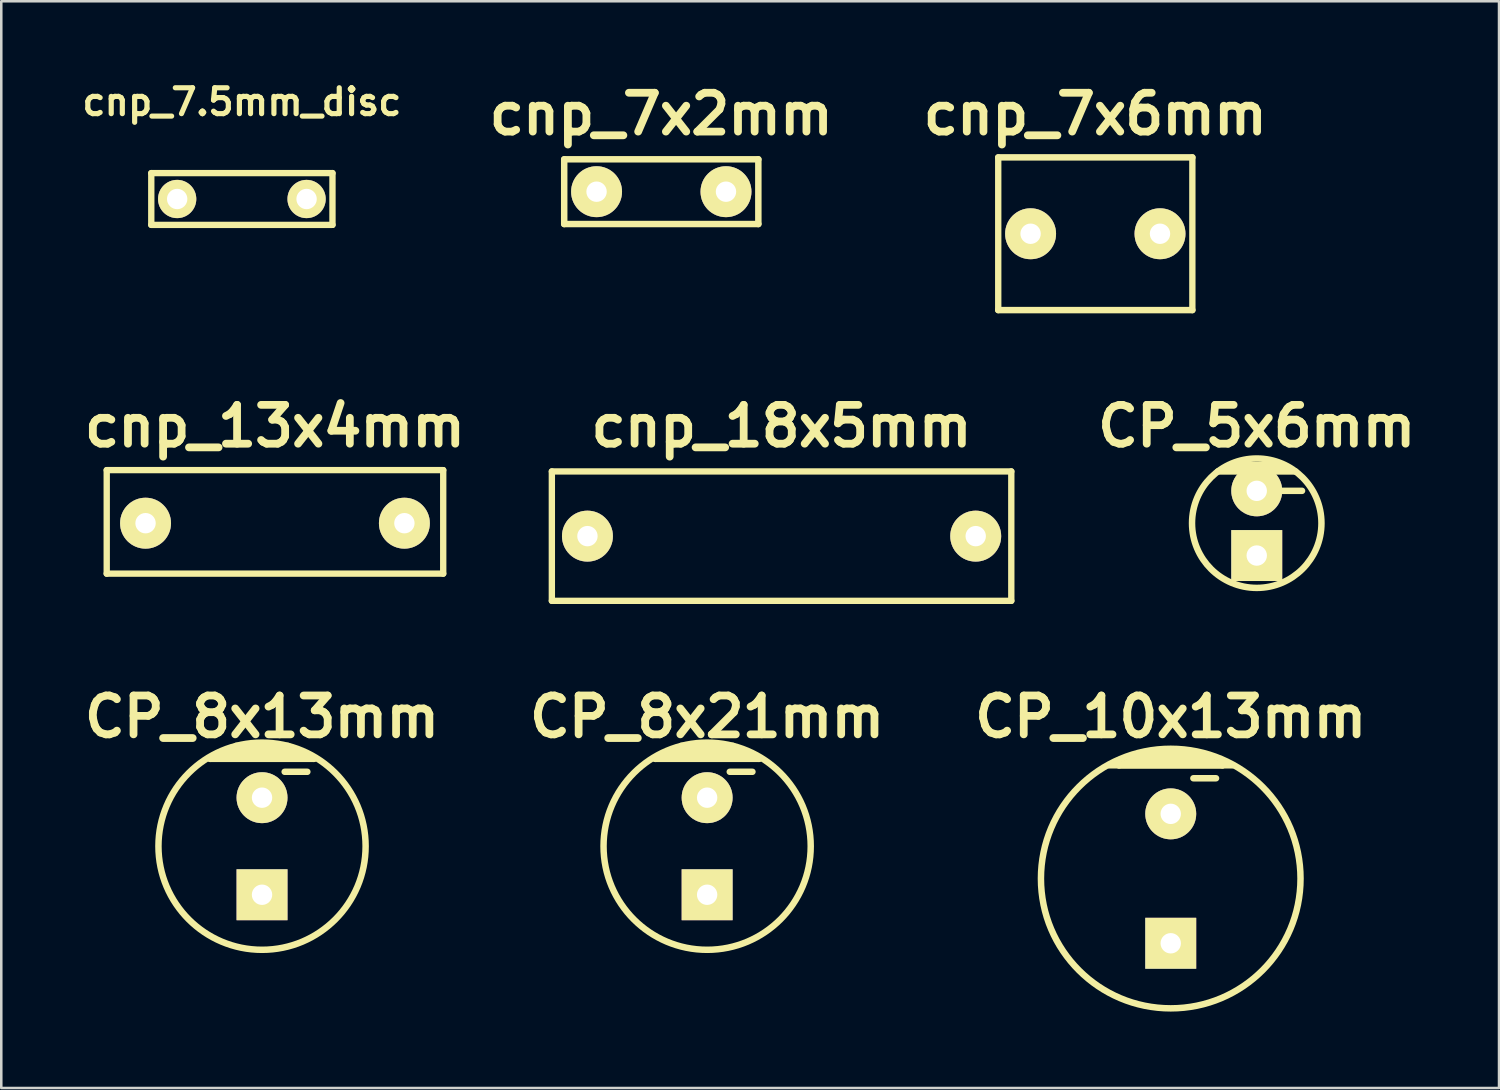
<source format=kicad_pcb>
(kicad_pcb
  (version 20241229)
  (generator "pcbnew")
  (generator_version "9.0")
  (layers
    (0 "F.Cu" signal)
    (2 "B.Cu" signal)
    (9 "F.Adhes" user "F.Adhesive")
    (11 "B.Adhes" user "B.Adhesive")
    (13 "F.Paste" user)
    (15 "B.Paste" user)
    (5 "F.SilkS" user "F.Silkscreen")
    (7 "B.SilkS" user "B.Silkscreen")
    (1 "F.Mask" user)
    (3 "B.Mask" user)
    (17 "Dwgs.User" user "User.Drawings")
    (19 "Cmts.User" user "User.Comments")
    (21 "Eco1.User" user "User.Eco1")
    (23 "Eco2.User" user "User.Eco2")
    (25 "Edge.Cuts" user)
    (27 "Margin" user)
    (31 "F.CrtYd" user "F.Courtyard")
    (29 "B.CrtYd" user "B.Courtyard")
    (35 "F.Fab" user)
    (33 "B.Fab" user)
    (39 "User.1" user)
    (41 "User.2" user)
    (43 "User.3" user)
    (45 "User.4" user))
  (footprint "cnp_7.5mm_disc"
    (layer "F.Cu")
    (at 6.444 4.761)
    (property "Reference" "cnp_7.5mm_disc" (at 0 -3.81 0) (layer "F.SilkS") (effects (font (size 1.016 1.016) (thickness 0.203))))
    (attr through_hole)
    (fp_line (start -3.556 -1.016) (end -3.556 1.016) (stroke (width 0.249) (type solid)) (layer "F.SilkS"))
    (fp_line (start -3.556 1.016) (end 3.556 1.016) (stroke (width 0.249) (type solid)) (layer "F.SilkS"))
    (fp_line (start 3.556 -1.016) (end -3.556 -1.016) (stroke (width 0.249) (type solid)) (layer "F.SilkS"))
    (fp_line (start 3.556 1.016) (end 3.556 -1.016) (stroke (width 0.249) (type solid)) (layer "F.SilkS"))
    (pad "1" thru_hole circle (at -2.54 0) (size 1.501 1.501) (drill 0.8) (layers "*.Cu" "*.Mask" "F.SilkS"))
    (pad "2" thru_hole circle (at 2.54 0) (size 1.501 1.501) (drill 0.8) (layers "*.Cu" "*.Mask" "F.SilkS")))
  (footprint "CP_8x21mm"
    (layer "F.Cu")
    (at 24.706 30.165)
    (property "Reference" "CP_8x21mm" (at 0 -5.08 0) (layer "F.SilkS") (effects (font (size 1.524 1.524) (thickness 0.305))))
    (attr through_hole)
    (fp_line (start -2.032 -3.429) (end -1.651 -3.556) (stroke (width 0.254) (type solid)) (layer "F.SilkS"))
    (fp_line (start -1.651 -3.556) (end 1.651 -3.556) (stroke (width 0.254) (type solid)) (layer "F.SilkS"))
    (fp_line (start -1.524 -3.683) (end 1.524 -3.683) (stroke (width 0.254) (type solid)) (layer "F.SilkS"))
    (fp_line (start -1.016 -3.81) (end 1.016 -3.81) (stroke (width 0.254) (type solid)) (layer "F.SilkS"))
    (fp_line (start 0.889 -2.921) (end 1.778 -2.921) (stroke (width 0.254) (type solid)) (layer "F.SilkS"))
    (fp_line (start 1.016 -3.937) (end -1.016 -3.937) (stroke (width 0.254) (type solid)) (layer "F.SilkS"))
    (fp_line (start 1.651 -3.556) (end 2.032 -3.429) (stroke (width 0.254) (type solid)) (layer "F.SilkS"))
    (fp_line (start 2.032 -3.429) (end -2.032 -3.429) (stroke (width 0.254) (type solid)) (layer "F.SilkS"))
    (fp_circle (center 0 0) (end -4.064 0.127) (stroke (width 0.254) (type solid)) (fill no) (layer "F.SilkS"))
    (pad "1" thru_hole rect (at 0 1.905) (size 1.999 1.999) (drill 0.8) (layers "*.Cu" "*.Mask" "F.SilkS"))
    (pad "2" thru_hole circle (at 0 -1.905) (size 1.999 1.999) (drill 0.8) (layers "*.Cu" "*.Mask" "F.SilkS")))
  (footprint "CP_8x13mm"
    (layer "F.Cu")
    (at 7.235 30.165)
    (property "Reference" "CP_8x13mm" (at 0 -5.08 0) (layer "F.SilkS") (effects (font (size 1.524 1.524) (thickness 0.305))))
    (attr through_hole)
    (fp_line (start -2.032 -3.429) (end -1.651 -3.556) (stroke (width 0.254) (type solid)) (layer "F.SilkS"))
    (fp_line (start -1.651 -3.556) (end 1.651 -3.556) (stroke (width 0.254) (type solid)) (layer "F.SilkS"))
    (fp_line (start -1.524 -3.683) (end 1.524 -3.683) (stroke (width 0.254) (type solid)) (layer "F.SilkS"))
    (fp_line (start -1.016 -3.81) (end 1.016 -3.81) (stroke (width 0.254) (type solid)) (layer "F.SilkS"))
    (fp_line (start 0.889 -2.921) (end 1.778 -2.921) (stroke (width 0.254) (type solid)) (layer "F.SilkS"))
    (fp_line (start 1.016 -3.937) (end -1.016 -3.937) (stroke (width 0.254) (type solid)) (layer "F.SilkS"))
    (fp_line (start 1.651 -3.556) (end 2.032 -3.429) (stroke (width 0.254) (type solid)) (layer "F.SilkS"))
    (fp_line (start 2.032 -3.429) (end -2.032 -3.429) (stroke (width 0.254) (type solid)) (layer "F.SilkS"))
    (fp_circle (center 0 0) (end -4.064 0.127) (stroke (width 0.254) (type solid)) (fill no) (layer "F.SilkS"))
    (pad "1" thru_hole rect (at 0 1.905) (size 1.999 1.999) (drill 0.8) (layers "*.Cu" "*.Mask" "F.SilkS"))
    (pad "2" thru_hole circle (at 0 -1.905) (size 1.999 1.999) (drill 0.8) (layers "*.Cu" "*.Mask" "F.SilkS")))
  (footprint "cnp_7x2mm"
    (layer "F.Cu")
    (at 22.906 4.474)
    (property "Reference" "cnp_7x2mm" (at 0 -3.048 0) (layer "F.SilkS") (effects (font (size 1.524 1.524) (thickness 0.305))))
    (attr through_hole)
    (fp_line (start -3.81 -1.27) (end 3.81 -1.27) (stroke (width 0.254) (type solid)) (layer "F.SilkS"))
    (fp_line (start -3.81 1.27) (end -3.81 -1.27) (stroke (width 0.254) (type solid)) (layer "F.SilkS"))
    (fp_line (start 3.81 -1.27) (end 3.81 1.27) (stroke (width 0.254) (type solid)) (layer "F.SilkS"))
    (fp_line (start 3.81 1.27) (end -3.81 1.27) (stroke (width 0.254) (type solid)) (layer "F.SilkS"))
    (pad "1" thru_hole circle (at -2.54 0) (size 1.999 1.999) (drill 0.8) (layers "*.Cu" "*.Mask" "F.SilkS"))
    (pad "2" thru_hole circle (at 2.54 0) (size 1.999 1.999) (drill 0.8) (layers "*.Cu" "*.Mask" "F.SilkS")))
  (footprint "CP_5x6mm"
    (layer "F.Cu")
    (at 46.279 17.486)
    (property "Reference" "CP_5x6mm" (at 0 -3.81 0) (layer "F.SilkS") (effects (font (size 1.524 1.524) (thickness 0.305))))
    (attr through_hole)
    (fp_line (start -1.524 -2.032) (end 1.524 -2.032) (stroke (width 0.254) (type solid)) (layer "F.SilkS"))
    (fp_line (start -1.016 -2.286) (end -1.016 -2.159) (stroke (width 0.254) (type solid)) (layer "F.SilkS"))
    (fp_line (start -1.016 -2.159) (end 1.016 -2.159) (stroke (width 0.254) (type solid)) (layer "F.SilkS"))
    (fp_line (start 0.889 -1.27) (end 1.778 -1.27) (stroke (width 0.254) (type solid)) (layer "F.SilkS"))
    (fp_line (start 1.016 -2.286) (end -1.016 -2.286) (stroke (width 0.254) (type solid)) (layer "F.SilkS"))
    (fp_circle (center 0 0) (end -2.54 0) (stroke (width 0.254) (type solid)) (fill no) (layer "F.SilkS"))
    (pad "1" thru_hole rect (at 0 1.27) (size 1.999 1.999) (drill 0.8) (layers "*.Cu" "*.Mask" "F.SilkS"))
    (pad "2" thru_hole circle (at 0 -1.27) (size 1.999 1.999) (drill 0.8) (layers "*.Cu" "*.Mask" "F.SilkS")))
  (footprint "CP_10x13mm"
    (layer "F.Cu")
    (at 42.903 31.435)
    (property "Reference" "CP_10x13mm" (at 0 -6.35 0) (layer "F.SilkS") (effects (font (size 1.524 1.524) (thickness 0.305))))
    (attr through_hole)
    (fp_line (start -2.413 -4.445) (end 2.413 -4.445) (stroke (width 0.254) (type solid)) (layer "F.SilkS"))
    (fp_line (start -2.032 -4.445) (end -1.651 -4.572) (stroke (width 0.254) (type solid)) (layer "F.SilkS"))
    (fp_line (start -1.651 -4.572) (end 1.651 -4.572) (stroke (width 0.254) (type solid)) (layer "F.SilkS"))
    (fp_line (start -1.524 -4.699) (end 1.524 -4.699) (stroke (width 0.254) (type solid)) (layer "F.SilkS"))
    (fp_line (start -1.016 -4.826) (end 1.016 -4.826) (stroke (width 0.254) (type solid)) (layer "F.SilkS"))
    (fp_line (start 0.889 -3.937) (end 1.778 -3.937) (stroke (width 0.254) (type solid)) (layer "F.SilkS"))
    (fp_line (start 1.016 -4.953) (end -1.016 -4.953) (stroke (width 0.254) (type solid)) (layer "F.SilkS"))
    (fp_line (start 1.143 -4.826) (end -1.143 -4.826) (stroke (width 0.254) (type solid)) (layer "F.SilkS"))
    (fp_line (start 1.651 -4.572) (end 2.032 -4.445) (stroke (width 0.254) (type solid)) (layer "F.SilkS"))
    (fp_line (start 2.032 -4.445) (end -2.032 -4.445) (stroke (width 0.254) (type solid)) (layer "F.SilkS"))
    (fp_circle (center 0 0) (end 5.08 0.381) (stroke (width 0.254) (type solid)) (fill no) (layer "F.SilkS"))
    (pad "1" thru_hole rect (at 0 2.54) (size 1.999 1.999) (drill 0.8) (layers "*.Cu" "*.Mask" "F.SilkS"))
    (pad "2" thru_hole circle (at 0 -2.54) (size 1.999 1.999) (drill 0.8) (layers "*.Cu" "*.Mask" "F.SilkS")))
  (footprint "cnp_7x6mm"
    (layer "F.Cu")
    (at 39.942 6.125)
    (property "Reference" "cnp_7x6mm" (at 0 -4.699 0) (layer "F.SilkS") (effects (font (size 1.524 1.524) (thickness 0.305))))
    (attr through_hole)
    (fp_line (start -3.81 -2.997) (end 3.81 -2.997) (stroke (width 0.254) (type solid)) (layer "F.SilkS"))
    (fp_line (start -3.81 2.997) (end -3.81 -2.997) (stroke (width 0.249) (type solid)) (layer "F.SilkS"))
    (fp_line (start 3.81 -2.997) (end 3.81 2.997) (stroke (width 0.249) (type solid)) (layer "F.SilkS"))
    (fp_line (start 3.81 2.997) (end -3.81 2.997) (stroke (width 0.254) (type solid)) (layer "F.SilkS"))
    (pad "1" thru_hole circle (at -2.54 0) (size 1.999 1.999) (drill 0.8) (layers "*.Cu" "*.Mask" "F.SilkS"))
    (pad "2" thru_hole circle (at 2.54 0) (size 1.999 1.999) (drill 0.8) (layers "*.Cu" "*.Mask" "F.SilkS")))
  (footprint "cnp_18x5mm"
    (layer "F.Cu")
    (at 27.628 17.994)
    (property "Reference" "cnp_18x5mm" (at 0 -4.318 0) (layer "F.SilkS") (effects (font (size 1.524 1.524) (thickness 0.305))))
    (attr through_hole)
    (fp_line (start -9.017 -2.54) (end -9.017 2.54) (stroke (width 0.249) (type solid)) (layer "F.SilkS"))
    (fp_line (start -9.017 2.54) (end 9.017 2.54) (stroke (width 0.249) (type solid)) (layer "F.SilkS"))
    (fp_line (start 9.017 -2.54) (end -9.017 -2.54) (stroke (width 0.249) (type solid)) (layer "F.SilkS"))
    (fp_line (start 9.017 2.54) (end 9.017 -2.54) (stroke (width 0.249) (type solid)) (layer "F.SilkS"))
    (pad "1" thru_hole circle (at -7.62 0) (size 1.999 1.999) (drill 0.8) (layers "*.Cu" "*.Mask" "F.SilkS"))
    (pad "2" thru_hole circle (at 7.62 0) (size 1.999 1.999) (drill 0.8) (layers "*.Cu" "*.Mask" "F.SilkS")))
  (footprint "cnp_13x4mm"
    (layer "F.Cu")
    (at 7.743 17.486)
    (property "Reference" "cnp_13x4mm" (at 0 -3.81 0) (layer "F.SilkS") (effects (font (size 1.524 1.524) (thickness 0.305))))
    (attr through_hole)
    (fp_line (start -6.604 -2.083) (end -6.604 1.981) (stroke (width 0.249) (type solid)) (layer "F.SilkS"))
    (fp_line (start -6.604 -2.083) (end 6.604 -2.083) (stroke (width 0.249) (type solid)) (layer "F.SilkS"))
    (fp_line (start 6.604 1.981) (end -6.604 1.981) (stroke (width 0.249) (type solid)) (layer "F.SilkS"))
    (fp_line (start 6.604 1.981) (end 6.604 -2.083) (stroke (width 0.249) (type solid)) (layer "F.SilkS"))
    (pad "1" thru_hole circle (at -5.08 0) (size 1.999 1.999) (drill 0.8) (layers "*.Cu" "*.Mask" "F.SilkS"))
    (pad "2" thru_hole circle (at 5.08 0) (size 1.999 1.999) (drill 0.8) (layers "*.Cu" "*.Mask" "F.SilkS")))
  (gr_rect
    (start -3 -3)
    (end 55.789 39.656)
    (stroke (width 0.1) (type default))
    (fill no)
    (layer "Edge.Cuts")))
</source>
